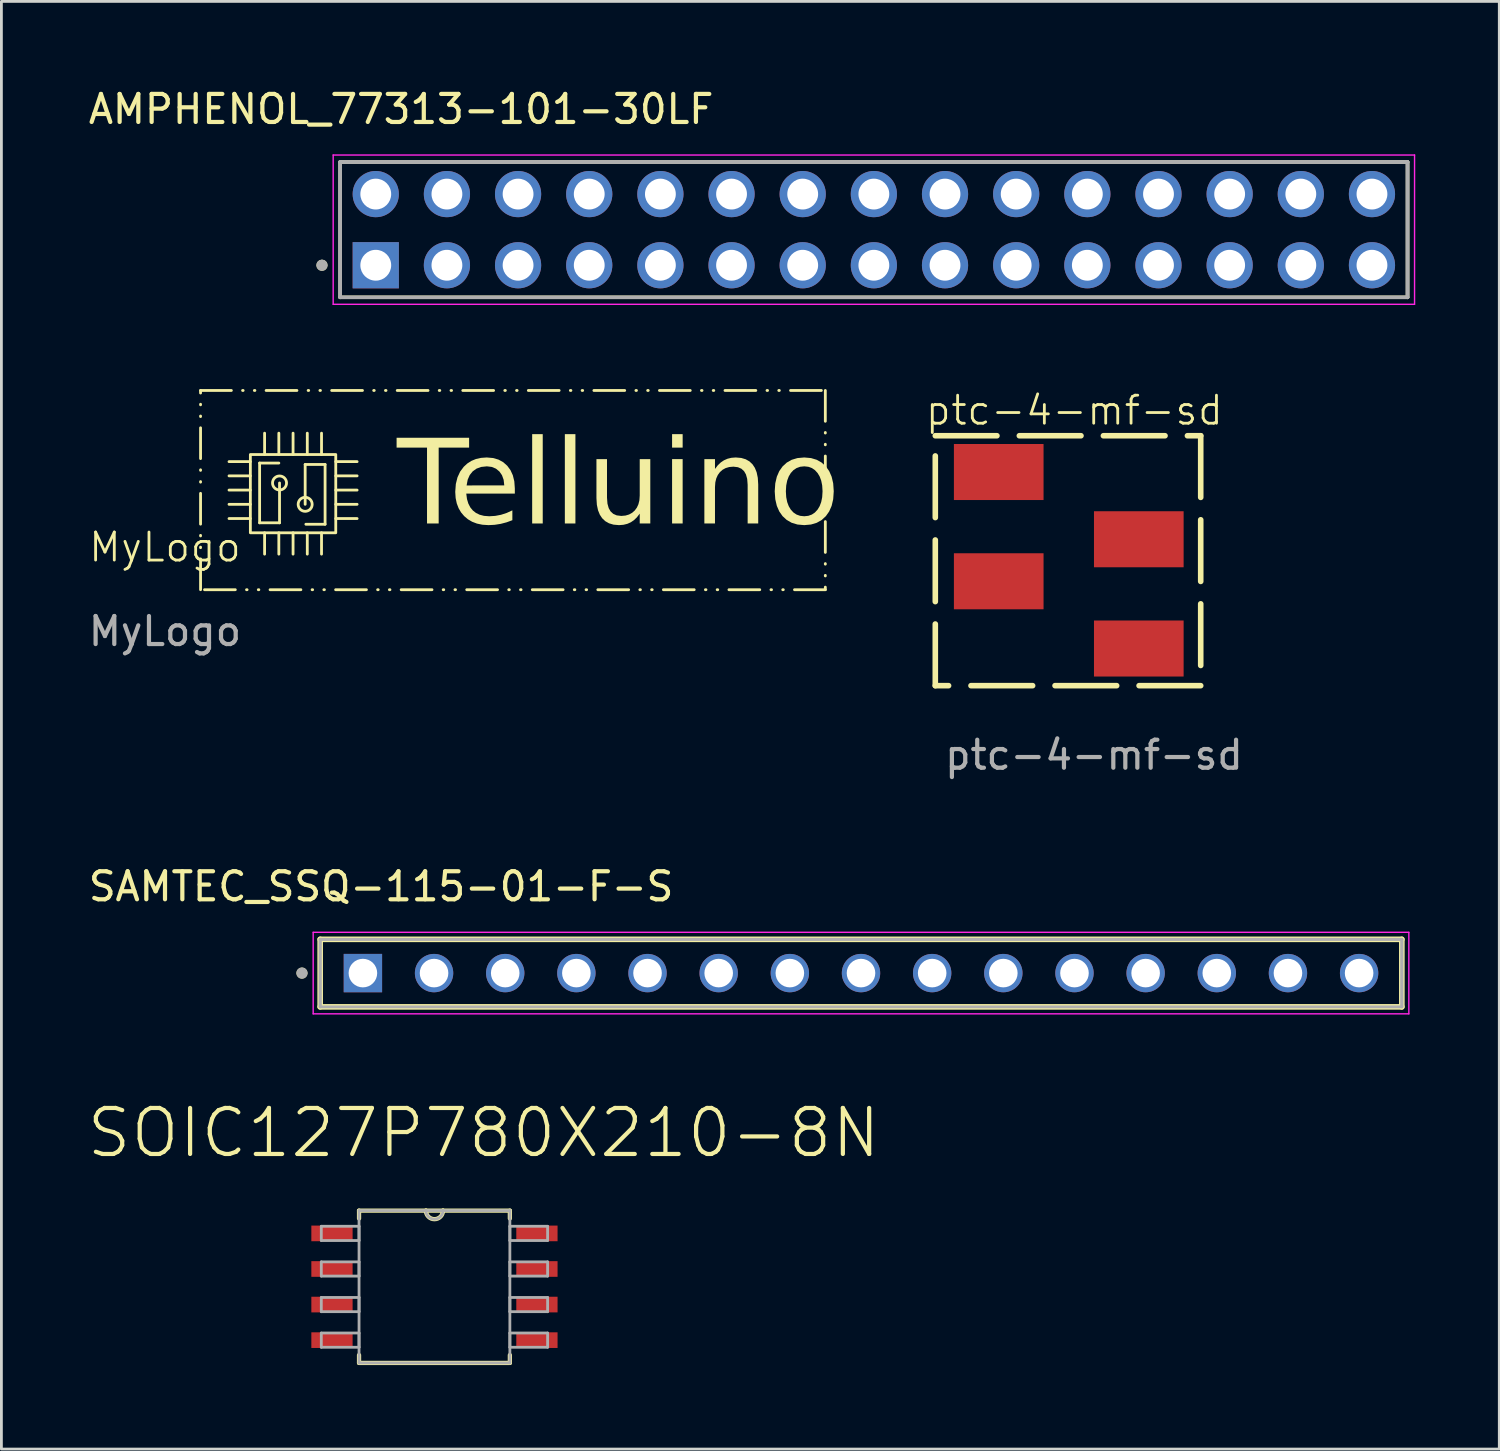
<source format=kicad_pcb>
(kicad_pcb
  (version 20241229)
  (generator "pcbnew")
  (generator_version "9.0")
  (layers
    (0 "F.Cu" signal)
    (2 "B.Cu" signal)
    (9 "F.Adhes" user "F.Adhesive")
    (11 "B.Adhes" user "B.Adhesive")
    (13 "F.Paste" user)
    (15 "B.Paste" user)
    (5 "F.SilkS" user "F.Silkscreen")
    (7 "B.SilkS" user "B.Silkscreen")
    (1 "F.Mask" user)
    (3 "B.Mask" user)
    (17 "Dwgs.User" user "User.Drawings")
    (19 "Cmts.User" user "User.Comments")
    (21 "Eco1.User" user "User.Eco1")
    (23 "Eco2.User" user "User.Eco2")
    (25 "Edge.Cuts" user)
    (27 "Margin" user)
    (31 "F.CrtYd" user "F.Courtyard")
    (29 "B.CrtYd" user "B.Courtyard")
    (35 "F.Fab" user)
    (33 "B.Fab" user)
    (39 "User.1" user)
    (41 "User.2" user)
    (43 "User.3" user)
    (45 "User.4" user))
  (footprint "ptc-4-mf-sd"
    (layer "F.Cu")
    (at 37.6 20.099)
    (property "Reference" "ptc-4-mf-sd" (at -2.3 -8.5 0) (unlocked yes) (layer "F.SilkS") (effects (font (size 1 1) (thickness 0.1))))
    (attr smd)
    (fp_rect (start -7.264 -7.595) (end 2.21 1.326) (stroke (width 0.2) (type dash)) (fill no) (layer "F.SilkS"))
    (fp_text user "${REFERENCE}" (at -1.6 3.8 0) (unlocked yes) (layer "F.Fab") (effects (font (size 1 1) (thickness 0.15))))
    (pad "1" smd rect (at -5 -6.3) (size 3.2 2) (layers "F.Cu" "F.Mask" "F.Paste"))
    (pad "2" smd rect (at 0 -3.9) (size 3.2 2) (layers "F.Cu" "F.Mask" "F.Paste"))
    (pad "3" smd rect (at -5 -2.4) (size 3.2 2) (layers "F.Cu" "F.Mask" "F.Paste"))
    (pad "4" smd rect (at 0 0) (size 3.2 2) (layers "F.Cu" "F.Mask" "F.Paste")))
  (footprint "SAMTEC_SSQ-115-01-F-S"
    (layer "F.Cu")
    (at 27.684 31.685)
    (property "Reference" "SAMTEC_SSQ-115-01-F-S" (at -17.13 -3.09 0) (layer "F.SilkS") (effects (font (size 1 1) (thickness 0.15))))
    (attr through_hole)
    (fp_line (start -19.305 1.205) (end -19.305 -1.205) (stroke (width 0.2) (type solid)) (layer "F.SilkS"))
    (fp_line (start 19.305 -1.205) (end -19.305 -1.205) (stroke (width 0.2) (type solid)) (layer "F.SilkS"))
    (fp_line (start 19.305 -1.205) (end 19.305 1.205) (stroke (width 0.2) (type solid)) (layer "F.SilkS"))
    (fp_line (start 19.305 1.205) (end -19.305 1.205) (stroke (width 0.2) (type solid)) (layer "F.SilkS"))
    (fp_circle (center -19.955 0) (end -19.855 0) (stroke (width 0.2) (type solid)) (fill no) (layer "F.SilkS"))
    (fp_line (start -19.555 -1.455) (end 19.555 -1.455) (stroke (width 0.05) (type solid)) (layer "F.CrtYd"))
    (fp_line (start -19.555 1.455) (end -19.555 -1.455) (stroke (width 0.05) (type solid)) (layer "F.CrtYd"))
    (fp_line (start 19.555 -1.455) (end 19.555 1.455) (stroke (width 0.05) (type solid)) (layer "F.CrtYd"))
    (fp_line (start 19.555 1.455) (end -19.555 1.455) (stroke (width 0.05) (type solid)) (layer "F.CrtYd"))
    (fp_line (start -19.305 -1.205) (end 19.305 -1.205) (stroke (width 0.1) (type solid)) (layer "F.Fab"))
    (fp_line (start -19.305 -1.205) (end 19.305 -1.205) (stroke (width 0.1) (type solid)) (layer "F.Fab"))
    (fp_line (start -19.305 1.205) (end -19.305 -1.205) (stroke (width 0.1) (type solid)) (layer "F.Fab"))
    (fp_line (start -19.305 1.205) (end -19.305 -1.205) (stroke (width 0.1) (type solid)) (layer "F.Fab"))
    (fp_line (start 19.305 -1.205) (end 19.305 1.205) (stroke (width 0.1) (type solid)) (layer "F.Fab"))
    (fp_line (start 19.305 -1.205) (end 19.305 1.205) (stroke (width 0.1) (type solid)) (layer "F.Fab"))
    (fp_line (start 19.305 1.205) (end -19.305 1.205) (stroke (width 0.1) (type solid)) (layer "F.Fab"))
    (fp_circle (center -19.955 0) (end -19.855 0) (stroke (width 0.2) (type solid)) (fill no) (layer "F.Fab"))
    (pad "01" thru_hole rect (at -17.78 0) (size 1.37 1.37) (drill 1.02) (layers "*.Cu" "*.Mask"))
    (pad "02" thru_hole circle (at -15.24 0) (size 1.37 1.37) (drill 1.02) (layers "*.Cu" "*.Mask"))
    (pad "03" thru_hole circle (at -12.7 0) (size 1.37 1.37) (drill 1.02) (layers "*.Cu" "*.Mask"))
    (pad "04" thru_hole circle (at -10.16 0) (size 1.37 1.37) (drill 1.02) (layers "*.Cu" "*.Mask"))
    (pad "05" thru_hole circle (at -7.62 0) (size 1.37 1.37) (drill 1.02) (layers "*.Cu" "*.Mask"))
    (pad "06" thru_hole circle (at -5.08 0) (size 1.37 1.37) (drill 1.02) (layers "*.Cu" "*.Mask"))
    (pad "07" thru_hole circle (at -2.54 0) (size 1.37 1.37) (drill 1.02) (layers "*.Cu" "*.Mask"))
    (pad "08" thru_hole circle (at 0 0) (size 1.37 1.37) (drill 1.02) (layers "*.Cu" "*.Mask"))
    (pad "09" thru_hole circle (at 2.54 0) (size 1.37 1.37) (drill 1.02) (layers "*.Cu" "*.Mask"))
    (pad "10" thru_hole circle (at 5.08 0) (size 1.37 1.37) (drill 1.02) (layers "*.Cu" "*.Mask"))
    (pad "11" thru_hole circle (at 7.62 0) (size 1.37 1.37) (drill 1.02) (layers "*.Cu" "*.Mask"))
    (pad "12" thru_hole circle (at 10.16 0) (size 1.37 1.37) (drill 1.02) (layers "*.Cu" "*.Mask"))
    (pad "13" thru_hole circle (at 12.7 0) (size 1.37 1.37) (drill 1.02) (layers "*.Cu" "*.Mask"))
    (pad "14" thru_hole circle (at 15.24 0) (size 1.37 1.37) (drill 1.02) (layers "*.Cu" "*.Mask"))
    (pad "15" thru_hole circle (at 17.78 0) (size 1.37 1.37) (drill 1.02) (layers "*.Cu" "*.Mask")))
  (footprint "SOIC127P780X210-8N"
    (layer "F.Cu")
    (at 12.458 42.882)
    (property "Reference" "SOIC127P780X210-8N" (at 1.755 -5.493 0) (layer "F.SilkS") (effects (font (size 1.642 1.642) (thickness 0.15))))
    (attr smd)
    (fp_line (start -2.692 -2.718) (end -2.692 -2.438) (stroke (width 0.152) (type solid)) (layer "F.SilkS"))
    (fp_line (start -2.692 2.438) (end -2.692 2.718) (stroke (width 0.152) (type solid)) (layer "F.SilkS"))
    (fp_line (start -2.692 2.718) (end 2.692 2.718) (stroke (width 0.152) (type solid)) (layer "F.SilkS"))
    (fp_line (start -0.305 -2.718) (end -2.692 -2.718) (stroke (width 0.152) (type solid)) (layer "F.SilkS"))
    (fp_line (start 0.305 -2.718) (end -0.305 -2.718) (stroke (width 0.152) (type solid)) (layer "F.SilkS"))
    (fp_line (start 2.692 -2.718) (end 0.305 -2.718) (stroke (width 0.152) (type solid)) (layer "F.SilkS"))
    (fp_line (start 2.692 -2.438) (end 2.692 -2.718) (stroke (width 0.152) (type solid)) (layer "F.SilkS"))
    (fp_line (start 2.692 2.718) (end 2.692 2.438) (stroke (width 0.152) (type solid)) (layer "F.SilkS"))
    (fp_arc (start 0.3048 -2.7178) (mid 0 -2.413) (end -0.3048 -2.7178) (stroke (width 0.1524) (type solid)) (layer "F.SilkS"))
    (fp_line (start -4.039 -2.159) (end -4.039 -1.651) (stroke (width 0.1) (type solid)) (layer "F.Fab"))
    (fp_line (start -4.039 -1.651) (end -2.692 -1.651) (stroke (width 0.1) (type solid)) (layer "F.Fab"))
    (fp_line (start -4.039 -0.889) (end -4.039 -0.381) (stroke (width 0.1) (type solid)) (layer "F.Fab"))
    (fp_line (start -4.039 -0.381) (end -2.692 -0.381) (stroke (width 0.1) (type solid)) (layer "F.Fab"))
    (fp_line (start -4.039 0.381) (end -4.039 0.889) (stroke (width 0.1) (type solid)) (layer "F.Fab"))
    (fp_line (start -4.039 0.889) (end -2.692 0.889) (stroke (width 0.1) (type solid)) (layer "F.Fab"))
    (fp_line (start -4.039 1.651) (end -4.039 2.159) (stroke (width 0.1) (type solid)) (layer "F.Fab"))
    (fp_line (start -4.039 2.159) (end -2.692 2.159) (stroke (width 0.1) (type solid)) (layer "F.Fab"))
    (fp_line (start -2.692 -2.718) (end -2.692 2.718) (stroke (width 0.1) (type solid)) (layer "F.Fab"))
    (fp_line (start -2.692 -2.159) (end -4.039 -2.159) (stroke (width 0.1) (type solid)) (layer "F.Fab"))
    (fp_line (start -2.692 -1.651) (end -2.692 -2.159) (stroke (width 0.1) (type solid)) (layer "F.Fab"))
    (fp_line (start -2.692 -0.889) (end -4.039 -0.889) (stroke (width 0.1) (type solid)) (layer "F.Fab"))
    (fp_line (start -2.692 -0.381) (end -2.692 -0.889) (stroke (width 0.1) (type solid)) (layer "F.Fab"))
    (fp_line (start -2.692 0.381) (end -4.039 0.381) (stroke (width 0.1) (type solid)) (layer "F.Fab"))
    (fp_line (start -2.692 0.889) (end -2.692 0.381) (stroke (width 0.1) (type solid)) (layer "F.Fab"))
    (fp_line (start -2.692 1.651) (end -4.039 1.651) (stroke (width 0.1) (type solid)) (layer "F.Fab"))
    (fp_line (start -2.692 2.159) (end -2.692 1.651) (stroke (width 0.1) (type solid)) (layer "F.Fab"))
    (fp_line (start -2.692 2.718) (end 2.692 2.718) (stroke (width 0.1) (type solid)) (layer "F.Fab"))
    (fp_line (start -0.305 -2.718) (end -2.692 -2.718) (stroke (width 0.1) (type solid)) (layer "F.Fab"))
    (fp_line (start 0.305 -2.718) (end -0.305 -2.718) (stroke (width 0.1) (type solid)) (layer "F.Fab"))
    (fp_line (start 2.692 -2.718) (end 0.305 -2.718) (stroke (width 0.1) (type solid)) (layer "F.Fab"))
    (fp_line (start 2.692 -2.159) (end 2.692 -1.651) (stroke (width 0.1) (type solid)) (layer "F.Fab"))
    (fp_line (start 2.692 -1.651) (end 4.039 -1.651) (stroke (width 0.1) (type solid)) (layer "F.Fab"))
    (fp_line (start 2.692 -0.889) (end 2.692 -0.381) (stroke (width 0.1) (type solid)) (layer "F.Fab"))
    (fp_line (start 2.692 -0.381) (end 4.039 -0.381) (stroke (width 0.1) (type solid)) (layer "F.Fab"))
    (fp_line (start 2.692 0.381) (end 2.692 0.889) (stroke (width 0.1) (type solid)) (layer "F.Fab"))
    (fp_line (start 2.692 0.889) (end 4.039 0.889) (stroke (width 0.1) (type solid)) (layer "F.Fab"))
    (fp_line (start 2.692 1.651) (end 2.692 2.159) (stroke (width 0.1) (type solid)) (layer "F.Fab"))
    (fp_line (start 2.692 2.159) (end 4.039 2.159) (stroke (width 0.1) (type solid)) (layer "F.Fab"))
    (fp_line (start 2.692 2.718) (end 2.692 -2.718) (stroke (width 0.1) (type solid)) (layer "F.Fab"))
    (fp_line (start 4.039 -2.159) (end 2.692 -2.159) (stroke (width 0.1) (type solid)) (layer "F.Fab"))
    (fp_line (start 4.039 -1.651) (end 4.039 -2.159) (stroke (width 0.1) (type solid)) (layer "F.Fab"))
    (fp_line (start 4.039 -0.889) (end 2.692 -0.889) (stroke (width 0.1) (type solid)) (layer "F.Fab"))
    (fp_line (start 4.039 -0.381) (end 4.039 -0.889) (stroke (width 0.1) (type solid)) (layer "F.Fab"))
    (fp_line (start 4.039 0.381) (end 2.692 0.381) (stroke (width 0.1) (type solid)) (layer "F.Fab"))
    (fp_line (start 4.039 0.889) (end 4.039 0.381) (stroke (width 0.1) (type solid)) (layer "F.Fab"))
    (fp_line (start 4.039 1.651) (end 2.692 1.651) (stroke (width 0.1) (type solid)) (layer "F.Fab"))
    (fp_line (start 4.039 2.159) (end 4.039 1.651) (stroke (width 0.1) (type solid)) (layer "F.Fab"))
    (fp_arc (start 0.3048 -2.7178) (mid 0 -2.413) (end -0.3048 -2.7178) (stroke (width 0.1) (type solid)) (layer "F.Fab"))
    (pad "1" smd rect (at -3.658 -1.905) (size 1.473 0.559) (layers "F.Cu" "F.Mask" "F.Paste"))
    (pad "2" smd rect (at -3.658 -0.635) (size 1.473 0.559) (layers "F.Cu" "F.Mask" "F.Paste"))
    (pad "3" smd rect (at -3.658 0.635) (size 1.473 0.559) (layers "F.Cu" "F.Mask" "F.Paste"))
    (pad "4" smd rect (at -3.658 1.905) (size 1.473 0.559) (layers "F.Cu" "F.Mask" "F.Paste"))
    (pad "5" smd rect (at 3.658 1.905) (size 1.473 0.559) (layers "F.Cu" "F.Mask" "F.Paste"))
    (pad "6" smd rect (at 3.658 0.635) (size 1.473 0.559) (layers "F.Cu" "F.Mask" "F.Paste"))
    (pad "7" smd rect (at 3.658 -0.635) (size 1.473 0.559) (layers "F.Cu" "F.Mask" "F.Paste"))
    (pad "8" smd rect (at 3.658 -1.905) (size 1.473 0.559) (layers "F.Cu" "F.Mask" "F.Paste")))
  (footprint "AMPHENOL_77313-101-30LF"
    (layer "F.Cu")
    (at 28.143 5.148)
    (property "Reference" "AMPHENOL_77313-101-30LF" (at -16.875 -4.3 0) (layer "F.SilkS") (effects (font (size 1 1) (thickness 0.15))))
    (attr through_hole)
    (fp_line (start -19.05 2.415) (end -19.05 -2.415) (stroke (width 0.127) (type solid)) (layer "F.SilkS"))
    (fp_line (start 19.05 -2.415) (end -19.05 -2.415) (stroke (width 0.127) (type solid)) (layer "F.SilkS"))
    (fp_line (start 19.05 -2.415) (end 19.05 2.415) (stroke (width 0.127) (type solid)) (layer "F.SilkS"))
    (fp_line (start 19.05 2.415) (end -19.05 2.415) (stroke (width 0.127) (type solid)) (layer "F.SilkS"))
    (fp_circle (center -19.7 1.27) (end -19.6 1.27) (stroke (width 0.2) (type solid)) (fill no) (layer "F.SilkS"))
    (fp_line (start -19.3 -2.665) (end 19.3 -2.665) (stroke (width 0.05) (type solid)) (layer "F.CrtYd"))
    (fp_line (start -19.3 2.665) (end -19.3 -2.665) (stroke (width 0.05) (type solid)) (layer "F.CrtYd"))
    (fp_line (start 19.3 -2.665) (end 19.3 2.665) (stroke (width 0.05) (type solid)) (layer "F.CrtYd"))
    (fp_line (start 19.3 2.665) (end -19.3 2.665) (stroke (width 0.05) (type solid)) (layer "F.CrtYd"))
    (fp_line (start -19.05 -2.415) (end 19.05 -2.415) (stroke (width 0.127) (type solid)) (layer "F.Fab"))
    (fp_line (start -19.05 -2.415) (end 19.05 -2.415) (stroke (width 0.127) (type solid)) (layer "F.Fab"))
    (fp_line (start -19.05 2.415) (end -19.05 -2.415) (stroke (width 0.127) (type solid)) (layer "F.Fab"))
    (fp_line (start -19.05 2.415) (end -19.05 -2.415) (stroke (width 0.127) (type solid)) (layer "F.Fab"))
    (fp_line (start 19.05 -2.415) (end 19.05 2.415) (stroke (width 0.127) (type solid)) (layer "F.Fab"))
    (fp_line (start 19.05 -2.415) (end 19.05 2.415) (stroke (width 0.127) (type solid)) (layer "F.Fab"))
    (fp_line (start 19.05 2.415) (end -19.05 2.415) (stroke (width 0.127) (type solid)) (layer "F.Fab"))
    (fp_circle (center -19.7 1.27) (end -19.6 1.27) (stroke (width 0.2) (type solid)) (fill no) (layer "F.Fab"))
    (pad "01" thru_hole rect (at -17.78 1.27) (size 1.65 1.65) (drill 1.1) (layers "*.Cu" "*.Mask"))
    (pad "02" thru_hole circle (at -17.78 -1.27) (size 1.65 1.65) (drill 1.1) (layers "*.Cu" "*.Mask"))
    (pad "03" thru_hole circle (at -15.24 1.27) (size 1.65 1.65) (drill 1.1) (layers "*.Cu" "*.Mask"))
    (pad "04" thru_hole circle (at -15.24 -1.27) (size 1.65 1.65) (drill 1.1) (layers "*.Cu" "*.Mask"))
    (pad "05" thru_hole circle (at -12.7 1.27) (size 1.65 1.65) (drill 1.1) (layers "*.Cu" "*.Mask"))
    (pad "06" thru_hole circle (at -12.7 -1.27) (size 1.65 1.65) (drill 1.1) (layers "*.Cu" "*.Mask"))
    (pad "07" thru_hole circle (at -10.16 1.27) (size 1.65 1.65) (drill 1.1) (layers "*.Cu" "*.Mask"))
    (pad "08" thru_hole circle (at -10.16 -1.27) (size 1.65 1.65) (drill 1.1) (layers "*.Cu" "*.Mask"))
    (pad "09" thru_hole circle (at -7.62 1.27) (size 1.65 1.65) (drill 1.1) (layers "*.Cu" "*.Mask"))
    (pad "10" thru_hole circle (at -7.62 -1.27) (size 1.65 1.65) (drill 1.1) (layers "*.Cu" "*.Mask"))
    (pad "11" thru_hole circle (at -5.08 1.27) (size 1.65 1.65) (drill 1.1) (layers "*.Cu" "*.Mask"))
    (pad "12" thru_hole circle (at -5.08 -1.27) (size 1.65 1.65) (drill 1.1) (layers "*.Cu" "*.Mask"))
    (pad "13" thru_hole circle (at -2.54 1.27) (size 1.65 1.65) (drill 1.1) (layers "*.Cu" "*.Mask"))
    (pad "14" thru_hole circle (at -2.54 -1.27) (size 1.65 1.65) (drill 1.1) (layers "*.Cu" "*.Mask"))
    (pad "15" thru_hole circle (at 0 1.27) (size 1.65 1.65) (drill 1.1) (layers "*.Cu" "*.Mask"))
    (pad "16" thru_hole circle (at 0 -1.27) (size 1.65 1.65) (drill 1.1) (layers "*.Cu" "*.Mask"))
    (pad "17" thru_hole circle (at 2.54 1.27) (size 1.65 1.65) (drill 1.1) (layers "*.Cu" "*.Mask"))
    (pad "18" thru_hole circle (at 2.54 -1.27) (size 1.65 1.65) (drill 1.1) (layers "*.Cu" "*.Mask"))
    (pad "19" thru_hole circle (at 5.08 1.27) (size 1.65 1.65) (drill 1.1) (layers "*.Cu" "*.Mask"))
    (pad "20" thru_hole circle (at 5.08 -1.27) (size 1.65 1.65) (drill 1.1) (layers "*.Cu" "*.Mask"))
    (pad "21" thru_hole circle (at 7.62 1.27) (size 1.65 1.65) (drill 1.1) (layers "*.Cu" "*.Mask"))
    (pad "22" thru_hole circle (at 7.62 -1.27) (size 1.65 1.65) (drill 1.1) (layers "*.Cu" "*.Mask"))
    (pad "23" thru_hole circle (at 10.16 1.27) (size 1.65 1.65) (drill 1.1) (layers "*.Cu" "*.Mask"))
    (pad "24" thru_hole circle (at 10.16 -1.27) (size 1.65 1.65) (drill 1.1) (layers "*.Cu" "*.Mask"))
    (pad "25" thru_hole circle (at 12.7 1.27) (size 1.65 1.65) (drill 1.1) (layers "*.Cu" "*.Mask"))
    (pad "26" thru_hole circle (at 12.7 -1.27) (size 1.65 1.65) (drill 1.1) (layers "*.Cu" "*.Mask"))
    (pad "27" thru_hole circle (at 15.24 1.27) (size 1.65 1.65) (drill 1.1) (layers "*.Cu" "*.Mask"))
    (pad "28" thru_hole circle (at 15.24 -1.27) (size 1.65 1.65) (drill 1.1) (layers "*.Cu" "*.Mask"))
    (pad "29" thru_hole circle (at 17.78 1.27) (size 1.65 1.65) (drill 1.1) (layers "*.Cu" "*.Mask"))
    (pad "30" thru_hole circle (at 17.78 -1.27) (size 1.65 1.65) (drill 1.1) (layers "*.Cu" "*.Mask")))
  (footprint "MyLogo"
    (layer "F.Cu")
    (at 2.839 16.984)
    (property "Reference" "MyLogo" (at 0 -0.5 0) (unlocked yes) (layer "F.SilkS") (effects (font (size 1 1) (thickness 0.1))))
    (fp_line (start 3.048 -3.556) (end 2.286 -3.556) (stroke (width 0.1) (type default)) (layer "F.SilkS"))
    (fp_line (start 3.048 -3.048) (end 2.286 -3.048) (stroke (width 0.1) (type default)) (layer "F.SilkS"))
    (fp_line (start 3.048 -2.54) (end 2.286 -2.54) (stroke (width 0.1) (type default)) (layer "F.SilkS"))
    (fp_line (start 3.048 -2.032) (end 2.286 -2.032) (stroke (width 0.1) (type default)) (layer "F.SilkS"))
    (fp_line (start 3.048 -1.524) (end 2.286 -1.524) (stroke (width 0.1) (type default)) (layer "F.SilkS"))
    (fp_line (start 3.378 -3.505) (end 3.378 -1.372) (stroke (width 0.1) (type default)) (layer "F.SilkS"))
    (fp_line (start 3.378 -1.372) (end 4.089 -1.372) (stroke (width 0.1) (type default)) (layer "F.SilkS"))
    (fp_line (start 3.556 -3.81) (end 3.556 -4.572) (stroke (width 0.1) (type default)) (layer "F.SilkS"))
    (fp_line (start 3.556 -0.254) (end 3.556 -1.016) (stroke (width 0.1) (type default)) (layer "F.SilkS"))
    (fp_line (start 4.064 -3.81) (end 4.064 -4.572) (stroke (width 0.1) (type default)) (layer "F.SilkS"))
    (fp_line (start 4.064 -3.505) (end 3.378 -3.505) (stroke (width 0.1) (type default)) (layer "F.SilkS"))
    (fp_line (start 4.064 -0.254) (end 4.064 -1.016) (stroke (width 0.1) (type default)) (layer "F.SilkS"))
    (fp_line (start 4.089 -1.372) (end 4.089 -2.794) (stroke (width 0.1) (type default)) (layer "F.SilkS"))
    (fp_line (start 4.572 -3.81) (end 4.572 -4.572) (stroke (width 0.1) (type default)) (layer "F.SilkS"))
    (fp_line (start 4.572 -0.254) (end 4.572 -1.016) (stroke (width 0.1) (type default)) (layer "F.SilkS"))
    (fp_line (start 5.004 -3.454) (end 5.004 -2.032) (stroke (width 0.1) (type default)) (layer "F.SilkS"))
    (fp_line (start 5.029 -1.321) (end 5.715 -1.321) (stroke (width 0.1) (type default)) (layer "F.SilkS"))
    (fp_line (start 5.08 -3.81) (end 5.08 -4.572) (stroke (width 0.1) (type default)) (layer "F.SilkS"))
    (fp_line (start 5.08 -0.254) (end 5.08 -1.016) (stroke (width 0.1) (type default)) (layer "F.SilkS"))
    (fp_line (start 5.588 -3.81) (end 5.588 -4.572) (stroke (width 0.1) (type default)) (layer "F.SilkS"))
    (fp_line (start 5.588 -0.254) (end 5.588 -1.016) (stroke (width 0.1) (type default)) (layer "F.SilkS"))
    (fp_line (start 5.715 -3.454) (end 5.004 -3.454) (stroke (width 0.1) (type default)) (layer "F.SilkS"))
    (fp_line (start 5.715 -1.321) (end 5.715 -3.454) (stroke (width 0.1) (type default)) (layer "F.SilkS"))
    (fp_line (start 6.858 -3.556) (end 6.096 -3.556) (stroke (width 0.1) (type default)) (layer "F.SilkS"))
    (fp_line (start 6.858 -3.048) (end 6.096 -3.048) (stroke (width 0.1) (type default)) (layer "F.SilkS"))
    (fp_line (start 6.858 -2.54) (end 6.096 -2.54) (stroke (width 0.1) (type default)) (layer "F.SilkS"))
    (fp_line (start 6.858 -2.032) (end 6.096 -2.032) (stroke (width 0.1) (type default)) (layer "F.SilkS"))
    (fp_line (start 6.858 -1.524) (end 6.096 -1.524) (stroke (width 0.1) (type default)) (layer "F.SilkS"))
    (fp_rect (start 1.27 -6.096) (end 23.571 1.016) (stroke (width 0.1) (type dash_dot_dot)) (fill no) (layer "F.SilkS"))
    (fp_rect (start 3.048 -3.81) (end 6.096 -1.016) (stroke (width 0.1) (type default)) (fill no) (layer "F.SilkS"))
    (fp_circle (center 4.089 -2.794) (end 4.339 -2.794) (stroke (width 0.1) (type default)) (fill no) (layer "F.SilkS"))
    (fp_circle (center 5.004 -2.032) (end 5.254 -2.032) (stroke (width 0.1) (type default)) (fill no) (layer "F.SilkS"))
    (fp_text user "Telluino" (at 8.28 -0.838 0) (unlocked yes) (layer "F.SilkS") (effects (font (face "David Libre") (size 3 3) (thickness 0.1)) (justify left bottom)))
    (fp_text user "${REFERENCE}" (at 0 2.5 0) (unlocked yes) (layer "F.Fab") (effects (font (size 1 1) (thickness 0.15)))))
  (gr_rect
    (start -3 -3)
    (end 50.468 48.676)
    (stroke (width 0.1) (type default))
    (fill no)
    (layer "Edge.Cuts")))
</source>
